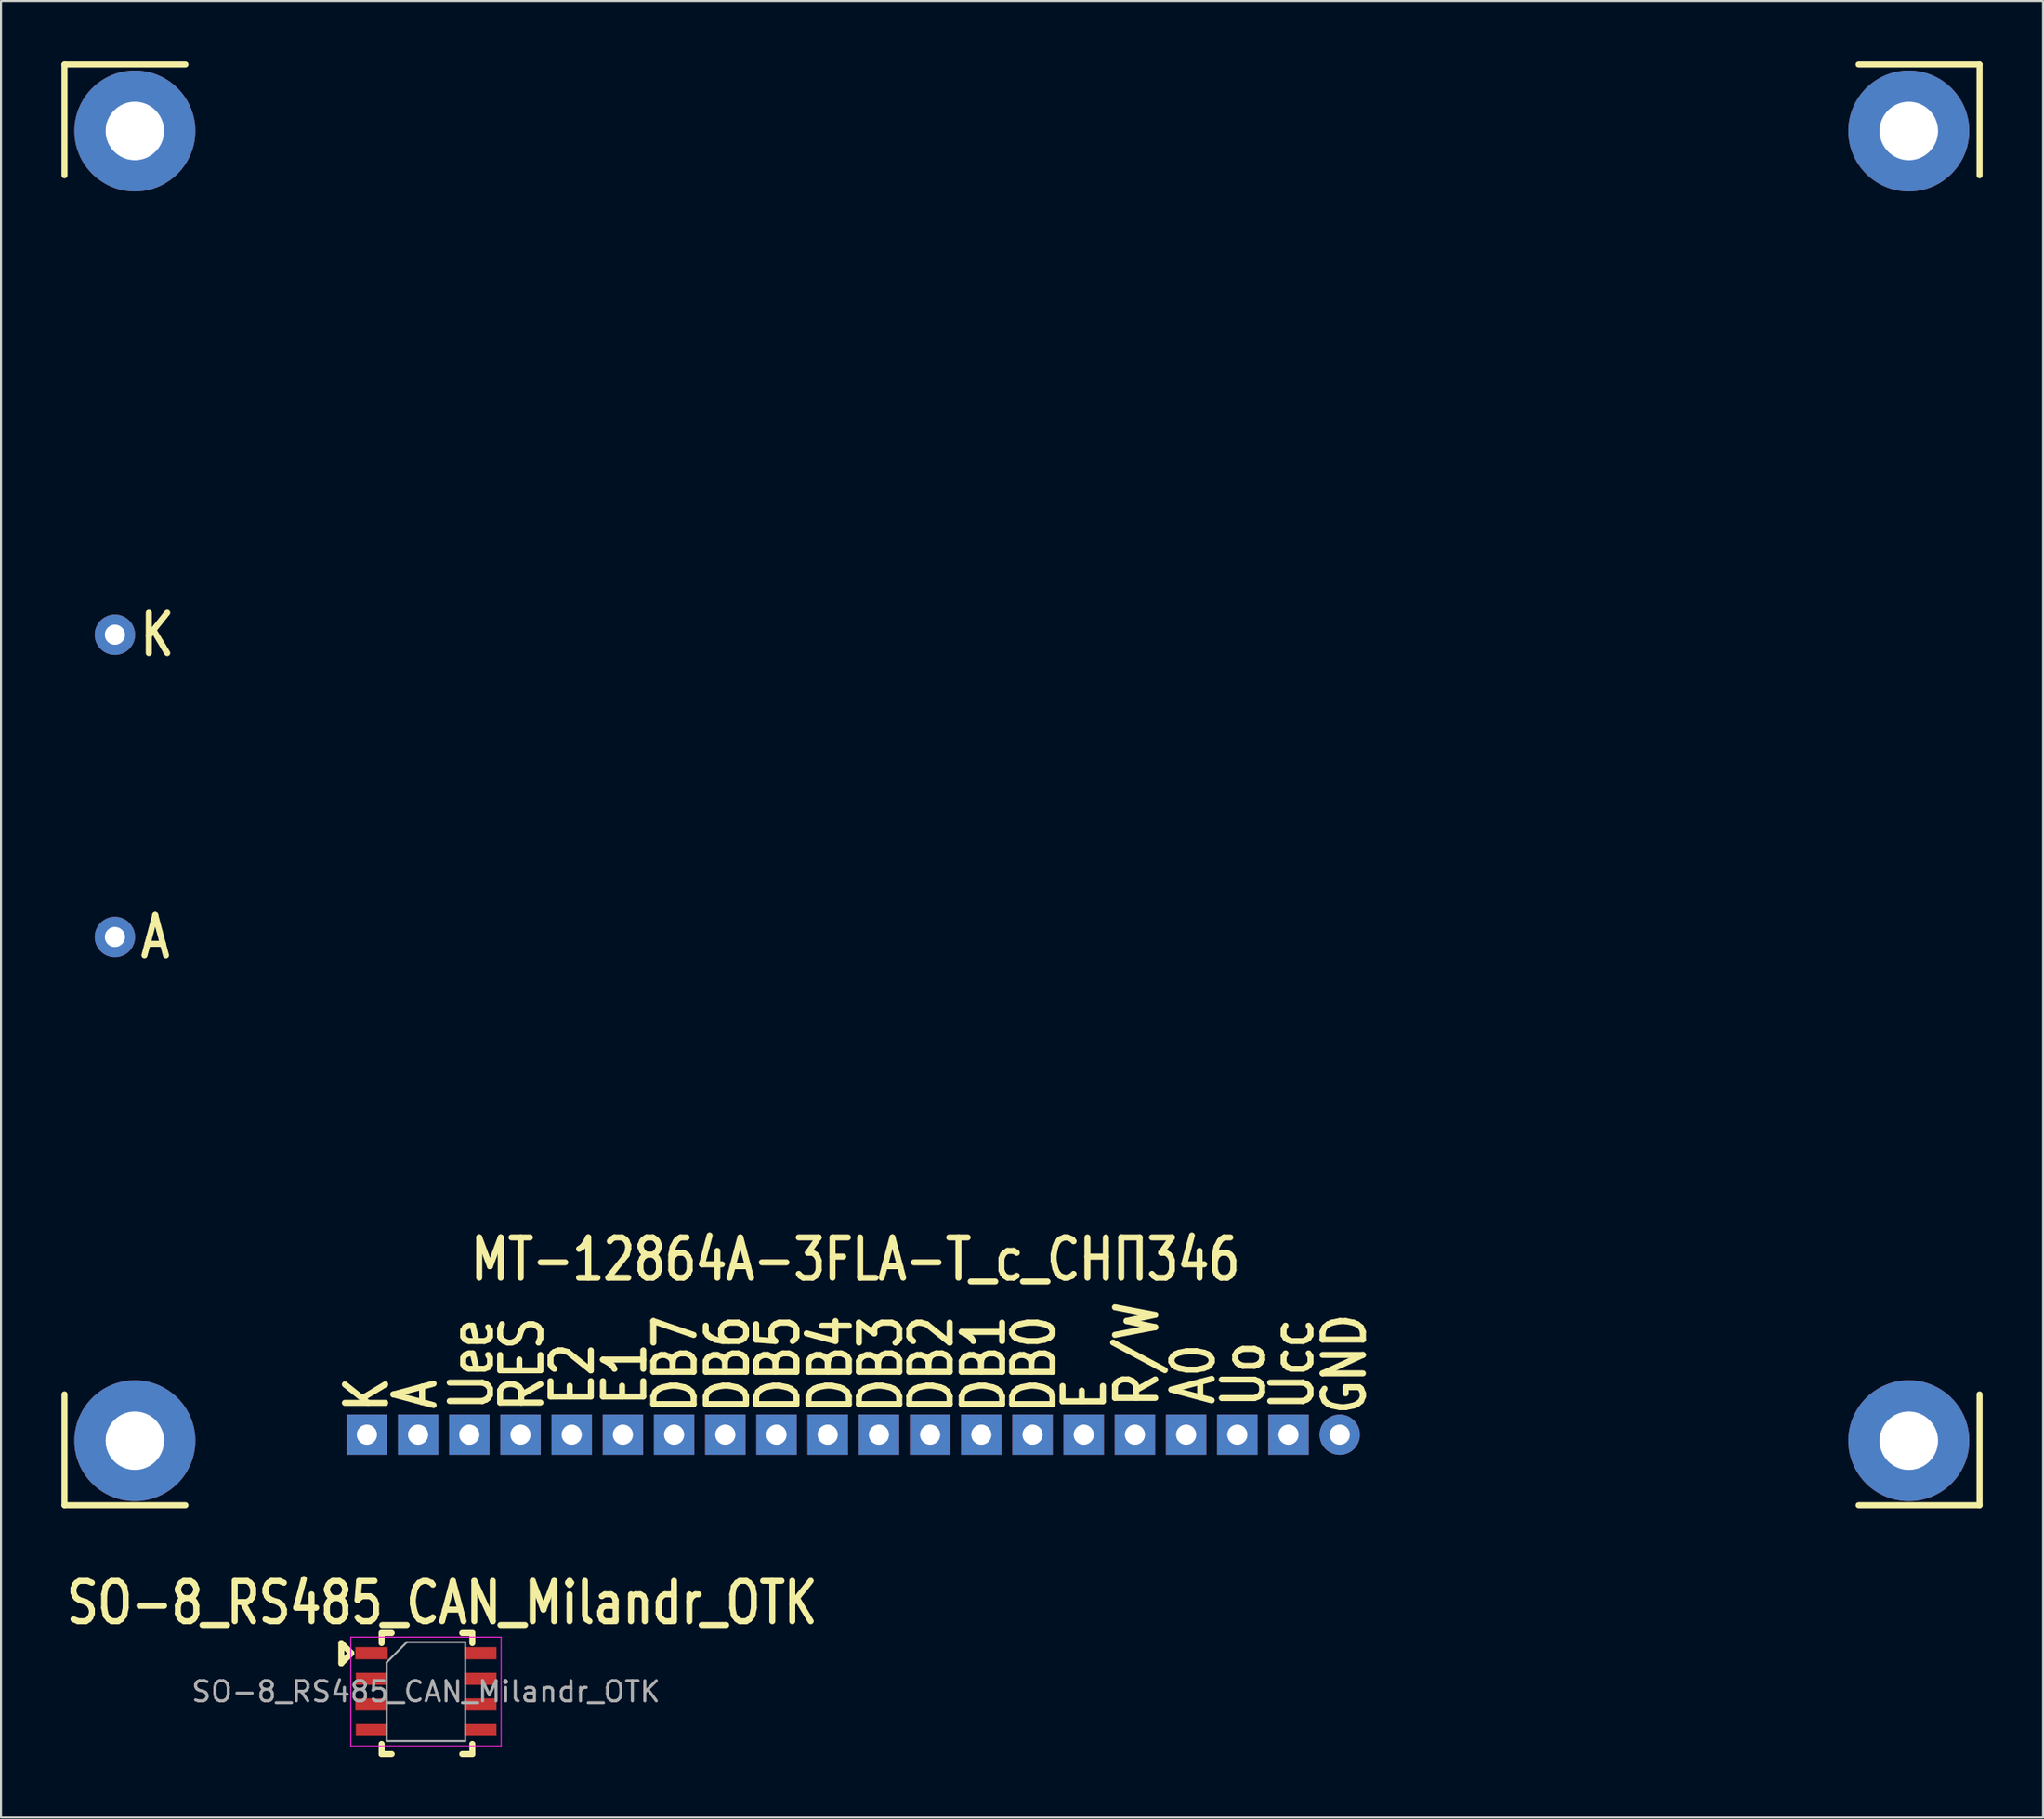
<source format=kicad_pcb>
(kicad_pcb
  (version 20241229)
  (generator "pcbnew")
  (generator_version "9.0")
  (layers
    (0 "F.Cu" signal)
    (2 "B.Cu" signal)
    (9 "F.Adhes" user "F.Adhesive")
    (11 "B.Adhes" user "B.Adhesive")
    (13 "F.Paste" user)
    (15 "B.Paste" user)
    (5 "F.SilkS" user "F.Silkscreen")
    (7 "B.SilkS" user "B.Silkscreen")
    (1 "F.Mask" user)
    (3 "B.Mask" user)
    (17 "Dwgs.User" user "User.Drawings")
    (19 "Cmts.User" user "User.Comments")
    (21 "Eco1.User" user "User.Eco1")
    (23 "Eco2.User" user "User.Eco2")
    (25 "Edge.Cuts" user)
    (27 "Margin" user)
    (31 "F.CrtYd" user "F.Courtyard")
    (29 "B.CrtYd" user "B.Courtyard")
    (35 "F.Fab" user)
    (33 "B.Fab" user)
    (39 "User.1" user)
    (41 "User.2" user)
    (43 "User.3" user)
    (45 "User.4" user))
  (footprint "SO-8_RS485_CAN_Milandr_OTK"
    (layer "F.Cu")
    (at 15.38 78.996)
    (property "Reference" "SO-8_RS485_CAN_Milandr_OTK" (at 3.5 -2.5 0) (layer "F.SilkS") (effects (font (size 2 1.6) (thickness 0.3))))
    (attr smd)
    (fp_line (start -1.5 -0.5) (end -1.5 0.5) (stroke (width 0.3) (type solid)) (layer "F.SilkS"))
    (fp_line (start -1.5 0.5) (end -1 0) (stroke (width 0.3) (type solid)) (layer "F.SilkS"))
    (fp_line (start -1 0) (end -1.5 -0.5) (stroke (width 0.3) (type solid)) (layer "F.SilkS"))
    (fp_line (start 0.5 -1) (end 0.5 -0.5) (stroke (width 0.3) (type solid)) (layer "F.SilkS"))
    (fp_line (start 0.5 4.5) (end 0.5 5) (stroke (width 0.3) (type solid)) (layer "F.SilkS"))
    (fp_line (start 0.5 5) (end 1 5) (stroke (width 0.3) (type solid)) (layer "F.SilkS"))
    (fp_line (start 1 -1) (end 0.5 -1) (stroke (width 0.3) (type solid)) (layer "F.SilkS"))
    (fp_line (start 4.5 5) (end 5 5) (stroke (width 0.3) (type solid)) (layer "F.SilkS"))
    (fp_line (start 5 -1) (end 4.5 -1) (stroke (width 0.3) (type solid)) (layer "F.SilkS"))
    (fp_line (start 5 -0.5) (end 5 -1) (stroke (width 0.3) (type solid)) (layer "F.SilkS"))
    (fp_line (start 5 5) (end 5 4.5) (stroke (width 0.3) (type solid)) (layer "F.SilkS"))
    (fp_line (start -1.03 -0.795) (end -1.03 4.605) (stroke (width 0.05) (type solid)) (layer "F.CrtYd"))
    (fp_line (start -1.03 -0.795) (end 6.43 -0.795) (stroke (width 0.05) (type solid)) (layer "F.CrtYd"))
    (fp_line (start -1.03 4.605) (end 6.43 4.605) (stroke (width 0.05) (type solid)) (layer "F.CrtYd"))
    (fp_line (start 6.43 -0.795) (end 6.43 4.605) (stroke (width 0.05) (type solid)) (layer "F.CrtYd"))
    (fp_line (start 0.75 0.455) (end 1.75 -0.545) (stroke (width 0.1) (type solid)) (layer "F.Fab"))
    (fp_line (start 0.75 4.355) (end 0.75 0.455) (stroke (width 0.1) (type solid)) (layer "F.Fab"))
    (fp_line (start 1.75 -0.545) (end 4.65 -0.545) (stroke (width 0.1) (type solid)) (layer "F.Fab"))
    (fp_line (start 4.65 -0.545) (end 4.65 4.355) (stroke (width 0.1) (type solid)) (layer "F.Fab"))
    (fp_line (start 4.65 4.355) (end 0.75 4.355) (stroke (width 0.1) (type solid)) (layer "F.Fab"))
    (fp_text user "${REFERENCE}" (at 2.7 1.905 0) (layer "F.Fab") (effects (font (size 1 1) (thickness 0.15))))
    (pad "1" smd rect (at 0 0) (size 1.6 0.6) (layers "F.Cu" "F.Mask" "F.Paste"))
    (pad "2" smd rect (at 0 1.27) (size 1.56 0.6) (layers "F.Cu" "F.Mask" "F.Paste"))
    (pad "3" smd rect (at 0 2.54) (size 1.6 0.6) (layers "F.Cu" "F.Mask" "F.Paste"))
    (pad "4" smd rect (at 0 3.81) (size 1.56 0.6) (layers "F.Cu" "F.Mask" "F.Paste"))
    (pad "5" smd rect (at 5.4 3.81) (size 1.6 0.6) (layers "F.Cu" "F.Mask" "F.Paste"))
    (pad "6" smd rect (at 5.4 2.54) (size 1.6 0.6) (layers "F.Cu" "F.Mask" "F.Paste"))
    (pad "7" smd rect (at 5.4 1.27) (size 1.6 0.6) (layers "F.Cu" "F.Mask" "F.Paste"))
    (pad "8" smd rect (at 5.4 0) (size 1.6 0.6) (layers "F.Cu" "F.Mask" "F.Paste")))
  (footprint "MT-12864A-3FLA-T_с_СНП346"
    (layer "F.Cu")
    (at 15.15 68.15)
    (property "Reference" "MT-12864A-3FLA-T_с_СНП346" (at 24.24 -8.7 0) (layer "F.SilkS") (effects (font (size 2 1.6) (thickness 0.3))))
    (attr through_hole)
    (fp_line (start -15 -68) (end -9 -68) (stroke (width 0.3) (type solid)) (layer "F.SilkS"))
    (fp_line (start -15 -62.5) (end -15 -68) (stroke (width 0.3) (type solid)) (layer "F.SilkS"))
    (fp_line (start -15 -2) (end -15 3.5) (stroke (width 0.3) (type solid)) (layer "F.SilkS"))
    (fp_line (start -15 3.5) (end -9 3.5) (stroke (width 0.3) (type solid)) (layer "F.SilkS"))
    (fp_line (start 74 -68) (end 80 -68) (stroke (width 0.3) (type solid)) (layer "F.SilkS"))
    (fp_line (start 80 -68) (end 80 -62.5) (stroke (width 0.3) (type solid)) (layer "F.SilkS"))
    (fp_line (start 80 -2) (end 80 3.5) (stroke (width 0.3) (type solid)) (layer "F.SilkS"))
    (fp_line (start 80 3.5) (end 74 3.5) (stroke (width 0.3) (type solid)) (layer "F.SilkS"))
    (fp_text user "DB1" (at 30.6 -3.5 90) (layer "F.SilkS") (effects (font (size 2 1.6) (thickness 0.3))))
    (fp_text user "A0" (at 41 -3 90) (layer "F.SilkS") (effects (font (size 2 1.6) (thickness 0.3))))
    (fp_text user "DB2" (at 28 -3.5 90) (layer "F.SilkS") (effects (font (size 2 1.6) (thickness 0.3))))
    (fp_text user "K" (at 0 -2 90) (layer "F.SilkS") (effects (font (size 2 1.6) (thickness 0.3))))
    (fp_text user "A" (at -10.5 -24.7 0) (layer "F.SilkS") (effects (font (size 2 1.6) (thickness 0.3))))
    (fp_text user "DB0" (at 33.1 -3.5 90) (layer "F.SilkS") (effects (font (size 2 1.6) (thickness 0.3))))
    (fp_text user "DB5" (at 20.4 -3.5 90) (layer "F.SilkS") (effects (font (size 2 1.6) (thickness 0.3))))
    (fp_text user "E1" (at 12.8 -3 90) (layer "F.SilkS") (effects (font (size 2 1.6) (thickness 0.3))))
    (fp_text user "DB6" (at 17.9 -3.5 90) (layer "F.SilkS") (effects (font (size 2 1.6) (thickness 0.3))))
    (fp_text user "R/W" (at 38.2 -4 90) (layer "F.SilkS") (effects (font (size 2 1.6) (thickness 0.3))))
    (fp_text user "E2" (at 10.2 -3 90) (layer "F.SilkS") (effects (font (size 2 1.6) (thickness 0.3))))
    (fp_text user "DB7" (at 15.3 -3.5 90) (layer "F.SilkS") (effects (font (size 2 1.6) (thickness 0.3))))
    (fp_text user "Uo" (at 43.5 -3 90) (layer "F.SilkS") (effects (font (size 2 1.6) (thickness 0.3))))
    (fp_text user "Uee" (at 5.2 -3.5 90) (layer "F.SilkS") (effects (font (size 2 1.6) (thickness 0.3))))
    (fp_text user "DB3" (at 25.5 -3.5 90) (layer "F.SilkS") (effects (font (size 2 1.6) (thickness 0.3))))
    (fp_text user "A" (at 2.4 -2 90) (layer "F.SilkS") (effects (font (size 2 1.6) (thickness 0.3))))
    (fp_text user "K" (at -10.4 -39.7 0) (layer "F.SilkS") (effects (font (size 2 1.6) (thickness 0.3))))
    (fp_text user "Ucc" (at 45.9 -3.5 90) (layer "F.SilkS") (effects (font (size 2 1.6) (thickness 0.3))))
    (fp_text user "E" (at 35.6 -2 90) (layer "F.SilkS") (effects (font (size 2 1.6) (thickness 0.3))))
    (fp_text user "GND" (at 48.5 -3.5 90) (layer "F.SilkS") (effects (font (size 2 1.6) (thickness 0.3))))
    (fp_text user "RES" (at 7.7 -3.5 90) (layer "F.SilkS") (effects (font (size 2 1.6) (thickness 0.3))))
    (fp_text user "DB4" (at 23 -3.5 90) (layer "F.SilkS") (effects (font (size 2 1.6) (thickness 0.3))))
    (pad "" thru_hole circle (at -11.51 -64.7) (size 6 6) (drill 2.9) (layers "*.Cu" "*.Mask"))
    (pad "" thru_hole circle (at -11.51 0.3) (size 6 6) (drill 2.9) (layers "*.Cu" "*.Mask"))
    (pad "" thru_hole circle (at 76.49 -64.7) (size 6 6) (drill 2.9) (layers "*.Cu" "*.Mask"))
    (pad "" thru_hole circle (at 76.49 0.3) (size 6 6) (drill 2.9) (layers "*.Cu" "*.Mask"))
    (pad "1" thru_hole circle (at 48.26 0) (size 2 2) (drill 1) (layers "*.Cu" "*.Mask"))
    (pad "2" thru_hole rect (at 45.72 0) (size 2 2) (drill 1) (layers "*.Cu" "*.Mask"))
    (pad "3" thru_hole rect (at 43.18 0) (size 2 2) (drill 1) (layers "*.Cu" "*.Mask"))
    (pad "4" thru_hole rect (at 40.64 0) (size 2 2) (drill 1) (layers "*.Cu" "*.Mask"))
    (pad "5" thru_hole rect (at 38.1 0) (size 2 2) (drill 1) (layers "*.Cu" "*.Mask"))
    (pad "6" thru_hole rect (at 35.56 0) (size 2 2) (drill 1) (layers "*.Cu" "*.Mask"))
    (pad "7" thru_hole rect (at 33.02 0) (size 2 2) (drill 1) (layers "*.Cu" "*.Mask"))
    (pad "8" thru_hole rect (at 30.48 0) (size 2 2) (drill 1) (layers "*.Cu" "*.Mask"))
    (pad "9" thru_hole rect (at 27.94 0) (size 2 2) (drill 1) (layers "*.Cu" "*.Mask"))
    (pad "10" thru_hole rect (at 25.4 0) (size 2 2) (drill 1) (layers "*.Cu" "*.Mask"))
    (pad "11" thru_hole rect (at 22.86 0) (size 2 2) (drill 1) (layers "*.Cu" "*.Mask"))
    (pad "12" thru_hole rect (at 20.32 0) (size 2 2) (drill 1) (layers "*.Cu" "*.Mask"))
    (pad "13" thru_hole rect (at 17.78 0) (size 2 2) (drill 1) (layers "*.Cu" "*.Mask"))
    (pad "14" thru_hole rect (at 15.24 0) (size 2 2) (drill 1) (layers "*.Cu" "*.Mask"))
    (pad "15" thru_hole rect (at 12.7 0) (size 2 2) (drill 1) (layers "*.Cu" "*.Mask"))
    (pad "16" thru_hole rect (at 10.16 0) (size 2 2) (drill 1) (layers "*.Cu" "*.Mask"))
    (pad "17" thru_hole rect (at 7.62 0) (size 2 2) (drill 1) (layers "*.Cu" "*.Mask"))
    (pad "18" thru_hole rect (at 5.08 0) (size 2 2) (drill 1) (layers "*.Cu" "*.Mask"))
    (pad "19" thru_hole circle (at -12.5 -24.7) (size 2 2) (drill 1) (layers "*.Cu" "*.Mask"))
    (pad "19" thru_hole rect (at 2.54 0) (size 2 2) (drill 1) (layers "*.Cu" "*.Mask"))
    (pad "20" thru_hole circle (at -12.5 -39.7) (size 2 2) (drill 1) (layers "*.Cu" "*.Mask"))
    (pad "20" thru_hole rect (at 0 0) (size 2 2) (drill 1) (layers "*.Cu" "*.Mask")))
  (gr_rect
    (start -3 -3)
    (end 98.3 87.147)
    (stroke (width 0.1) (type default))
    (fill no)
    (layer "Edge.Cuts")))
</source>
